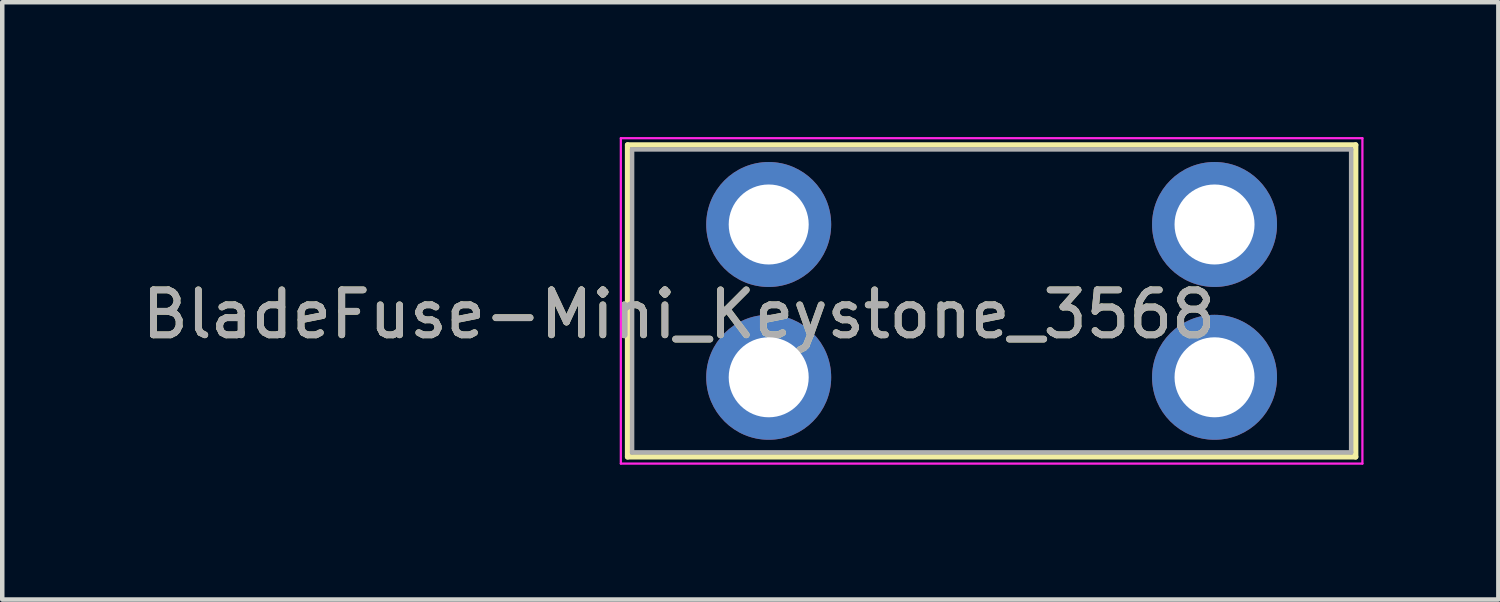
<source format=kicad_pcb>
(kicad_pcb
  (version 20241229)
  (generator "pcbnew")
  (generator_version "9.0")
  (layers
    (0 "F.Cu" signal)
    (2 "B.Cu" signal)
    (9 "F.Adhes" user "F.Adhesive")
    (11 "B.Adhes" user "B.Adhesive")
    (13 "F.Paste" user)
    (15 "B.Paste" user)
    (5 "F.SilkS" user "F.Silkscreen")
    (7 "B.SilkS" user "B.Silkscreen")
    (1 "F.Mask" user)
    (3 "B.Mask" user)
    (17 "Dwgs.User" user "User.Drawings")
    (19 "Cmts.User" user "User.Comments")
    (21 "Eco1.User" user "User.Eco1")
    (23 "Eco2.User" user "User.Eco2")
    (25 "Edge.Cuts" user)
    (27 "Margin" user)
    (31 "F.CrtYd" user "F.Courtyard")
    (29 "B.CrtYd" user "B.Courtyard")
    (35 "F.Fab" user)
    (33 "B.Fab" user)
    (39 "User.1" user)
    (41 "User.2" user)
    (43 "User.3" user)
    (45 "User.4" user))
  (footprint "BladeFuse-Mini_Keystone_3568"
    (layer "F.Cu")
    (at 14.054 1.945)
    (property "Reference" "BladeFuse-Mini_Keystone_3568" (at -2 2 0) (layer "F.SilkS") (effects (font (size 1 1) (thickness 0.15))))
    (attr through_hole)
    (fp_line (start -3.14 -1.77) (end -3.14 5.17) (stroke (width 0.12) (type solid)) (layer "F.SilkS"))
    (fp_line (start -3.14 5.17) (end 13.06 5.17) (stroke (width 0.12) (type solid)) (layer "F.SilkS"))
    (fp_line (start 13.06 -1.77) (end -3.14 -1.77) (stroke (width 0.12) (type solid)) (layer "F.SilkS"))
    (fp_line (start 13.06 5.17) (end 13.06 -1.77) (stroke (width 0.12) (type solid)) (layer "F.SilkS"))
    (fp_line (start -3.29 -1.92) (end -3.29 5.32) (stroke (width 0.05) (type solid)) (layer "F.CrtYd"))
    (fp_line (start -3.29 5.32) (end 13.21 5.32) (stroke (width 0.05) (type solid)) (layer "F.CrtYd"))
    (fp_line (start 13.21 -1.92) (end -3.29 -1.92) (stroke (width 0.05) (type solid)) (layer "F.CrtYd"))
    (fp_line (start 13.21 5.32) (end 13.21 -1.92) (stroke (width 0.05) (type solid)) (layer "F.CrtYd"))
    (fp_line (start -3.04 -1.67) (end -3.04 5.07) (stroke (width 0.1) (type solid)) (layer "F.Fab"))
    (fp_line (start -3.04 5.07) (end 12.96 5.07) (stroke (width 0.1) (type solid)) (layer "F.Fab"))
    (fp_line (start 12.96 -1.67) (end -3.04 -1.67) (stroke (width 0.1) (type solid)) (layer "F.Fab"))
    (fp_line (start 12.96 5.07) (end 12.96 -1.67) (stroke (width 0.1) (type solid)) (layer "F.Fab"))
    (fp_text user "${REFERENCE}" (at -2 2 0) (layer "F.Fab") (effects (font (size 1 1) (thickness 0.15))))
    (pad "1" thru_hole circle (at 0 0) (size 2.78 2.78) (drill 1.78) (layers "*.Cu" "*.Mask"))
    (pad "1" thru_hole circle (at 0 3.4) (size 2.78 2.78) (drill 1.78) (layers "*.Cu" "*.Mask"))
    (pad "2" thru_hole circle (at 9.92 0) (size 2.78 2.78) (drill 1.78) (layers "*.Cu" "*.Mask"))
    (pad "2" thru_hole circle (at 9.92 3.4) (size 2.78 2.78) (drill 1.78) (layers "*.Cu" "*.Mask")))
  (gr_rect
    (start -3 -3)
    (end 30.289 10.29)
    (stroke (width 0.1) (type default))
    (fill no)
    (layer "Edge.Cuts")))
</source>
